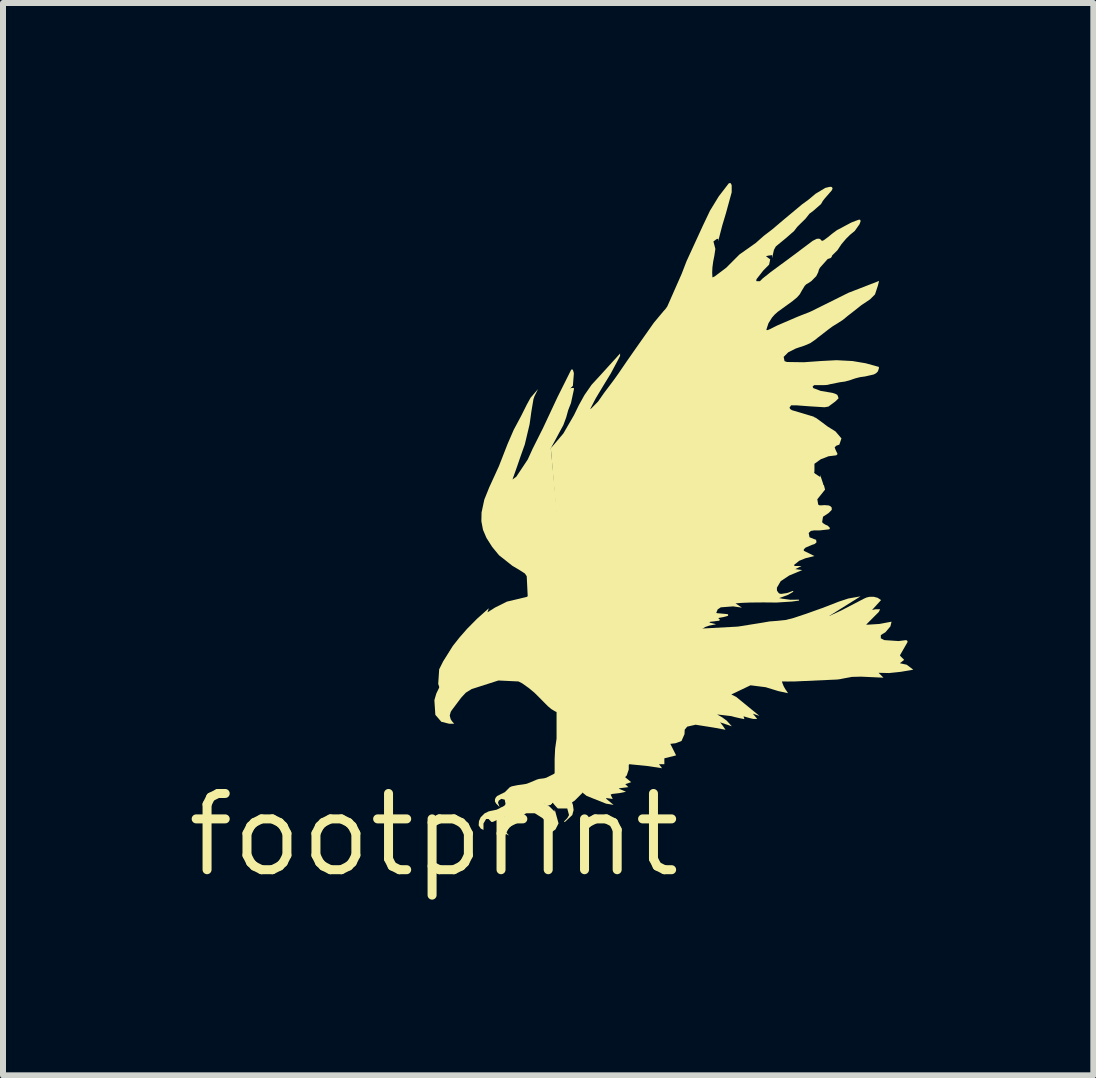
<source format=kicad_pcb>
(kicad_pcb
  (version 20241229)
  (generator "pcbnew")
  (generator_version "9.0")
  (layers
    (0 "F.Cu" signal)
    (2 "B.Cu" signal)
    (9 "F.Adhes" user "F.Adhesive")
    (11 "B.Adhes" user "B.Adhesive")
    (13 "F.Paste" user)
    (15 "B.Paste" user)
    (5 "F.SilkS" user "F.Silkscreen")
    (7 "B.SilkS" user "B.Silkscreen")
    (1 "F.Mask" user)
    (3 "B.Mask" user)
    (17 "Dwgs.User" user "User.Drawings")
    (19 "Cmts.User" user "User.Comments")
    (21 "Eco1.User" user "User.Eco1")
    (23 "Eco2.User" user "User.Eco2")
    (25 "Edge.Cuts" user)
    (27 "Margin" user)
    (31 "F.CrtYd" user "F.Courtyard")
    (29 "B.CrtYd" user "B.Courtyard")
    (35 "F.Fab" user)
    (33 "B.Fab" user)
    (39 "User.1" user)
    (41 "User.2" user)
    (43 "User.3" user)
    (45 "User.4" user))
  (footprint "footprint"
    (layer "F.Cu")
    (at 4.18 10.862)
    (property "Reference" "footprint" (at 0 0 0) (layer "F.SilkS") (effects (font (size 1.27 1.27) (thickness 0.15))))
    (fp_poly (pts (xy 0.289 -2.758) (xy 0.293 -2.764) (xy 0.376 -2.714) (xy 0.393 -2.578) (xy 0.308 -2.493) (xy 0.173 -2.493) (xy 0.136 -2.53) (xy 0.136 -2.613) (xy 0.144 -2.613) (xy 0.138 -2.619) (xy 0.15 -2.631) (xy 0.16 -2.631) (xy 0.151 -2.645) (xy 0.169 -2.681) (xy 0.216 -2.752) (xy 0.216 -2.737) (xy 0.286 -2.765)) (stroke (width 0) (type solid)) (fill yes) (layer "F.SilkS"))
    (fp_poly (pts (xy 6.585 -3.647) (xy 6.587 -3.647) (xy 6.794 -3.743) (xy 7.163 -3.935) (xy 7.21 -3.956) (xy 7.261 -3.968) (xy 7.262 -3.96) (xy 7.263 -3.968) (xy 7.329 -3.968) (xy 7.394 -3.951) (xy 7.451 -3.913) (xy 7.301 -3.748) (xy 7.358 -3.76) (xy 7.436 -3.76) (xy 7.413 -3.715) (xy 7.204 -3.505) (xy 7.203 -3.505) (xy 7.204 -3.503) (xy 7.23 -3.503) (xy 7.423 -3.515) (xy 7.626 -3.553) (xy 7.607 -3.475) (xy 7.524 -3.377) (xy 7.447 -3.33) (xy 7.447 -3.276) (xy 7.505 -3.246) (xy 7.743 -3.23) (xy 7.871 -3.246) (xy 7.872 -3.239) (xy 7.877 -3.244) (xy 7.893 -3.228) (xy 7.888 -3.222) (xy 7.895 -3.218) (xy 7.768 -2.996) (xy 7.768 -2.985) (xy 7.836 -2.917) (xy 7.766 -2.862) (xy 7.768 -2.862) (xy 7.768 -2.86) (xy 7.878 -2.836) (xy 7.988 -2.753) (xy 7.777 -2.717) (xy 7.584 -2.697) (xy 7.41 -2.701) (xy 7.491 -2.62) (xy 7.118 -2.637) (xy 6.966 -2.633) (xy 6.815 -2.605) (xy 6.767 -2.595) (xy 6.718 -2.589) (xy 6.012 -2.557) (xy 5.9 -2.556) (xy 5.799 -2.557) (xy 5.811 -2.52) (xy 5.831 -2.471) (xy 5.858 -2.425) (xy 5.875 -2.401) (xy 5.901 -2.361) (xy 5.737 -2.397) (xy 5.529 -2.461) (xy 5.276 -2.493) (xy 4.956 -2.34) (xy 5.038 -2.299) (xy 5.425 -1.983) (xy 5.315 -2.02) (xy 5.388 -1.932) (xy 5.322 -1.932) (xy 5.256 -1.948) (xy 5.159 -1.976) (xy 5.174 -1.929) (xy 5.081 -1.948) (xy 5.016 -1.963) (xy 4.952 -1.98) (xy 4.719 -2.007) (xy 4.798 -1.963) (xy 4.878 -1.905) (xy 4.964 -1.81) (xy 4.769 -1.876) (xy 4.816 -1.816) (xy 4.859 -1.752) (xy 4.664 -1.788) (xy 4.361 -1.836) (xy 4.221 -1.804) (xy 4.179 -1.753) (xy 4.176 -1.675) (xy 4.174 -1.675) (xy 4.126 -1.565) (xy 4.029 -1.528) (xy 3.94 -1.517) (xy 4.036 -1.325) (xy 3.84 -1.276) (xy 3.84 -1.178) (xy 3.751 -1.178) (xy 3.802 -1.111) (xy 3.574 -1.146) (xy 3.257 -1.178) (xy 3.247 -1.167) (xy 3.247 -1.089) (xy 3.213 -0.99) (xy 3.186 -0.962) (xy 3.287 -0.879) (xy 3.189 -0.846) (xy 3.24 -0.796) (xy 3.097 -0.778) (xy 3.081 -0.77) (xy 3.201 -0.719) (xy 3.095 -0.697) (xy 2.968 -0.682) (xy 2.945 -0.67) (xy 2.98 -0.599) (xy 2.868 -0.615) (xy 2.876 -0.598) (xy 2.994 -0.5) (xy 2.868 -0.521) (xy 2.545 -0.65) (xy 2.461 -0.717) (xy 2.22 -3.423) (xy 4.473 -3.439) (xy 5.065 -3.471) (xy 5.466 -3.535) (xy 5.593 -3.557) (xy 5.723 -3.567) (xy 5.86 -3.581) (xy 5.994 -3.615) (xy 6.186 -3.679) (xy 6.468 -3.779) (xy 6.747 -3.887) (xy 6.905 -3.939) (xy 7.109 -3.975)) (stroke (width 0) (type solid)) (fill yes) (layer "F.SilkS"))
    (fp_poly (pts (xy 2.316 -7.748) (xy 2.332 -7.698) (xy 2.325 -7.695) (xy 2.333 -7.695) (xy 2.316 -7.483) (xy 2.269 -7.436) (xy 2.291 -7.447) (xy 2.333 -7.447) (xy 2.333 -7.422) (xy 2.284 -7.196) (xy 2.238 -7.078) (xy 2.204 -6.955) (xy 2.156 -6.826) (xy 2.099 -6.722) (xy 2.043 -6.617) (xy 1.995 -6.529) (xy 1.948 -6.443) (xy 2.3 -2.798) (xy 2.3 -2.798) (xy 2.3 -2.791) (xy 2.301 -2.782) (xy 2.301 -2.782) (xy 2.477 -0.702) (xy 2.346 -0.571) (xy 2.302 -0.542) (xy 2.314 -0.505) (xy 2.316 -0.505) (xy 2.328 -0.415) (xy 2.306 -0.331) (xy 2.18 -0.213) (xy 2.169 -0.225) (xy 2.222 -0.278) (xy 2.252 -0.33) (xy 2.222 -0.441) (xy 2.065 -0.441) (xy 2.046 -0.459) (xy 2.004 -0.506) (xy 1.967 -0.554) (xy 1.894 -0.569) (xy 1.864 -0.548) (xy 1.841 -0.53) (xy 1.929 -0.471) (xy 2.012 -0.388) (xy 2.012 -0.428) (xy 2.077 -0.192) (xy 2.026 -0.091) (xy 1.971 -0.052) (xy 1.871 -0.006) (xy 1.964 -0.1) (xy 1.964 -0.233) (xy 1.856 -0.233) (xy 1.807 -0.282) (xy 1.681 -0.361) (xy 1.541 -0.361) (xy 1.517 -0.349) (xy 1.497 -0.331) (xy 1.472 -0.301) (xy 1.447 -0.265) (xy 1.381 -0.265) (xy 1.239 -0.17) (xy 1.215 -0.154) (xy 1.193 -0.139) (xy 1.179 -0.082) (xy 1.198 -0.051) (xy 1.251 0.01) (xy 1.182 -0.025) (xy 1.143 -0.053) (xy 1.114 -0.094) (xy 1.114 -0.211) (xy 1.158 -0.282) (xy 1.184 -0.311) (xy 1.158 -0.297) (xy 0.98 -0.216) (xy 0.959 -0.216) (xy 0.91 -0.265) (xy 0.87 -0.265) (xy 0.826 -0.19) (xy 0.826 -0.083) (xy 0.78 -0.106) (xy 0.746 -0.158) (xy 0.746 -0.161) (xy 0.751 -0.229) (xy 0.779 -0.293) (xy 0.845 -0.359) (xy 0.916 -0.393) (xy 0.992 -0.409) (xy 1.042 -0.419) (xy 1.087 -0.44) (xy 1.118 -0.458) (xy 1.151 -0.472) (xy 1.178 -0.49) (xy 1.194 -0.515) (xy 1.18 -0.587) (xy 1.124 -0.601) (xy 1.081 -0.572) (xy 1.068 -0.537) (xy 1.095 -0.465) (xy 1.036 -0.523) (xy 1.036 -0.524) (xy 1.017 -0.557) (xy 1.018 -0.595) (xy 1.032 -0.624) (xy 1.053 -0.648) (xy 1.119 -0.681) (xy 1.182 -0.712) (xy 1.262 -0.792) (xy 1.296 -0.809) (xy 1.393 -0.829) (xy 1.49 -0.842) (xy 1.546 -0.852) (xy 1.6 -0.873) (xy 1.713 -0.921) (xy 1.753 -0.933) (xy 1.795 -0.938) (xy 1.795 -0.938) (xy 1.835 -0.943) (xy 1.873 -0.953) (xy 2 -1.017) (xy 2.007 -1.023) (xy 2.012 -1.029) (xy 2.012 -1.267) (xy 2.02 -1.436) (xy 2.044 -1.604) (xy 2.044 -2.047) (xy 2.016 -2.061) (xy 1.956 -2.097) (xy 1.902 -2.142) (xy 1.846 -2.198) (xy 1.79 -2.255) (xy 1.678 -2.367) (xy 1.582 -2.447) (xy 1.471 -2.526) (xy 1.409 -2.557) (xy 1.075 -2.573) (xy 0.629 -2.43) (xy 0.532 -2.37) (xy 0.455 -2.287) (xy 0.311 -2.095) (xy 0.294 -2.072) (xy 0.28 -2.049) (xy 0.264 -1.988) (xy 0.28 -1.927) (xy 0.301 -1.895) (xy 0.338 -1.852) (xy 0.256 -1.852) (xy 0.124 -1.885) (xy 0.024 -2.001) (xy 0.024 -2.004) (xy 0.008 -2.245) (xy 0.04 -2.355) (xy 0.088 -2.455) (xy 0.088 -2.468) (xy 0.072 -2.516) (xy 0.072 -2.517) (xy 0.088 -2.76) (xy 0.121 -2.825) (xy 0.153 -2.89) (xy 0.314 -3.147) (xy 0.431 -3.295) (xy 0.555 -3.436) (xy 0.719 -3.602) (xy 0.915 -3.777) (xy 0.893 -3.711) (xy 0.896 -3.711) (xy 1.022 -3.79) (xy 1.216 -3.887) (xy 1.551 -3.967) (xy 1.563 -3.979) (xy 1.547 -4.31) (xy 1.517 -4.355) (xy 1.416 -4.42) (xy 1.31 -4.482) (xy 1.085 -4.66) (xy 0.971 -4.799) (xy 0.875 -4.95) (xy 0.818 -5.084) (xy 0.791 -5.226) (xy 0.794 -5.372) (xy 0.84 -5.587) (xy 0.922 -5.791) (xy 1.083 -6.143) (xy 1.227 -6.512) (xy 1.33 -6.75) (xy 1.452 -6.978) (xy 1.548 -7.17) (xy 1.61 -7.283) (xy 1.735 -7.429) (xy 1.675 -7.308) (xy 1.659 -7.261) (xy 1.624 -7.053) (xy 1.595 -6.844) (xy 1.515 -6.507) (xy 1.449 -6.322) (xy 1.386 -6.138) (xy 1.31 -5.924) (xy 1.312 -5.924) (xy 1.373 -5.969) (xy 1.564 -6.256) (xy 1.644 -6.432) (xy 1.821 -6.785) (xy 2.061 -7.298) (xy 2.286 -7.748) (xy 2.294 -7.756) (xy 2.307 -7.756)) (stroke (width 0) (type solid)) (fill yes) (layer "F.SilkS"))
    (fp_poly (pts (xy 6.353 -8.25) (xy 6.269 -8.193) (xy 6.175 -8.153) (xy 6.102 -8.129) (xy 6.031 -8.105) (xy 5.905 -8.042) (xy 5.828 -7.965) (xy 5.843 -7.894) (xy 5.885 -7.88) (xy 6.164 -7.876) (xy 6.444 -7.896) (xy 6.709 -7.91) (xy 6.975 -7.896) (xy 7.195 -7.859) (xy 7.415 -7.798) (xy 7.415 -7.774) (xy 7.398 -7.723) (xy 7.367 -7.692) (xy 7.329 -7.672) (xy 7.184 -7.639) (xy 7.103 -7.628) (xy 7.024 -7.608) (xy 6.976 -7.592) (xy 6.928 -7.575) (xy 6.848 -7.554) (xy 6.767 -7.543) (xy 6.607 -7.511) (xy 6.559 -7.499) (xy 6.509 -7.495) (xy 6.421 -7.495) (xy 6.336 -7.495) (xy 6.31 -7.469) (xy 6.322 -7.445) (xy 6.447 -7.398) (xy 6.639 -7.366) (xy 6.681 -7.353) (xy 6.721 -7.334) (xy 6.717 -7.327) (xy 6.725 -7.329) (xy 6.743 -7.276) (xy 6.691 -7.224) (xy 6.629 -7.178) (xy 6.629 -7.178) (xy 6.574 -7.137) (xy 6.509 -7.126) (xy 6.252 -7.142) (xy 6.044 -7.158) (xy 5.952 -7.158) (xy 5.925 -7.118) (xy 5.94 -7.094) (xy 5.967 -7.077) (xy 6.339 -6.966) (xy 6.325 -6.966) (xy 6.365 -6.949) (xy 6.434 -6.9) (xy 6.562 -6.804) (xy 6.691 -6.724) (xy 6.791 -6.607) (xy 6.756 -6.503) (xy 6.706 -6.486) (xy 6.678 -6.459) (xy 6.693 -6.416) (xy 6.725 -6.35) (xy 6.725 -6.345) (xy 6.705 -6.325) (xy 6.575 -6.309) (xy 6.512 -6.284) (xy 6.449 -6.261) (xy 6.341 -6.184) (xy 6.341 -6.137) (xy 6.341 -6.137) (xy 6.341 -6.057) (xy 6.34 -6.056) (xy 6.336 -6.035) (xy 6.354 -6.018) (xy 6.437 -5.963) (xy 6.437 -5.997) (xy 6.485 -5.854) (xy 6.488 -5.837) (xy 6.5 -5.823) (xy 6.518 -5.754) (xy 6.451 -5.67) (xy 6.389 -5.593) (xy 6.404 -5.504) (xy 6.422 -5.493) (xy 6.445 -5.491) (xy 6.509 -5.495) (xy 6.581 -5.49) (xy 6.581 -5.488) (xy 6.605 -5.479) (xy 6.629 -5.454) (xy 6.629 -5.415) (xy 6.578 -5.364) (xy 6.484 -5.302) (xy 6.469 -5.213) (xy 6.481 -5.198) (xy 6.498 -5.185) (xy 6.528 -5.167) (xy 6.562 -5.153) (xy 6.597 -5.118) (xy 6.597 -5.114) (xy 6.597 -5.102) (xy 6.586 -5.091) (xy 6.574 -5.09) (xy 6.429 -5.074) (xy 6.341 -5.074) (xy 6.341 -5.075) (xy 6.281 -5.065) (xy 6.245 -5.031) (xy 6.259 -4.96) (xy 6.335 -4.929) (xy 6.354 -4.924) (xy 6.359 -4.92) (xy 6.374 -4.914) (xy 6.367 -4.914) (xy 6.369 -4.912) (xy 6.365 -4.906) (xy 6.373 -4.906) (xy 6.373 -4.87) (xy 6.339 -4.845) (xy 6.303 -4.834) (xy 6.193 -4.787) (xy 6.164 -4.758) (xy 6.164 -4.734) (xy 6.193 -4.72) (xy 6.34 -4.647) (xy 6.191 -4.61) (xy 6.088 -4.568) (xy 6.003 -4.5) (xy 6 -4.493) (xy 6.015 -4.481) (xy 6.126 -4.481) (xy 6.022 -4.429) (xy 6.138 -4.413) (xy 5.92 -4.322) (xy 5.778 -4.227) (xy 5.715 -4.118) (xy 5.717 -4.07) (xy 5.745 -4.03) (xy 5.765 -4.019) (xy 5.788 -4.016) (xy 5.884 -4.03) (xy 5.984 -4.066) (xy 5.99 -4.053) (xy 5.903 -4.001) (xy 5.753 -3.946) (xy 5.805 -3.936) (xy 5.94 -3.918) (xy 6.084 -3.92) (xy 6.085 -3.905) (xy 5.965 -3.888) (xy 5.708 -3.872) (xy 5.491 -3.874) (xy 5.275 -3.872) (xy 5.139 -3.867) (xy 5.026 -3.858) (xy 5.132 -3.787) (xy 4.986 -3.808) (xy 4.78 -3.792) (xy 4.729 -3.758) (xy 4.706 -3.703) (xy 4.708 -3.698) (xy 4.715 -3.695) (xy 4.893 -3.679) (xy 4.903 -3.67) (xy 4.903 -3.656) (xy 4.894 -3.648) (xy 4.82 -3.629) (xy 4.749 -3.616) (xy 4.741 -3.607) (xy 4.75 -3.598) (xy 4.758 -3.596) (xy 4.765 -3.581) (xy 4.748 -3.567) (xy 4.737 -3.568) (xy 4.73 -3.567) (xy 4.666 -3.558) (xy 4.603 -3.551) (xy 4.596 -3.548) (xy 4.594 -3.542) (xy 4.596 -3.537) (xy 4.603 -3.535) (xy 4.702 -3.51) (xy 4.587 -3.487) (xy 4.52 -3.464) (xy 4.459 -3.423) (xy 2.205 -3.407) (xy 1.948 -6.448) (xy 1.982 -6.482) (xy 2.158 -6.69) (xy 2.334 -6.994) (xy 2.417 -7.164) (xy 2.51 -7.331) (xy 2.628 -7.501) (xy 2.768 -7.653) (xy 3.102 -8.021) (xy 3.102 -7.982) (xy 3.069 -7.916) (xy 2.947 -7.688) (xy 2.812 -7.467) (xy 2.694 -7.27) (xy 2.603 -7.094) (xy 2.624 -7.108) (xy 2.735 -7.22) (xy 2.836 -7.365) (xy 2.944 -7.508) (xy 3.009 -7.595) (xy 3.072 -7.684) (xy 3.215 -7.893) (xy 3.36 -8.101) (xy 3.665 -8.534) (xy 3.826 -8.727) (xy 3.86 -8.765) (xy 3.889 -8.806) (xy 4.129 -9.35) (xy 4.209 -9.558) (xy 4.482 -10.152) (xy 4.601 -10.402) (xy 4.746 -10.639) (xy 4.915 -10.859) (xy 4.922 -10.854) (xy 4.922 -10.862) (xy 4.942 -10.862) (xy 4.955 -10.842) (xy 4.962 -10.823) (xy 4.962 -10.708) (xy 4.865 -10.354) (xy 4.805 -10.155) (xy 4.737 -9.893) (xy 4.737 -9.936) (xy 4.733 -9.932) (xy 4.721 -9.931) (xy 4.716 -9.931) (xy 4.658 -9.889) (xy 4.673 -9.83) (xy 4.673 -9.83) (xy 4.69 -9.764) (xy 4.673 -9.65) (xy 4.654 -9.554) (xy 4.641 -9.458) (xy 4.637 -9.371) (xy 4.641 -9.291) (xy 4.647 -9.291) (xy 4.677 -9.305) (xy 4.869 -9.449) (xy 5.093 -9.673) (xy 5.254 -9.786) (xy 5.366 -9.866) (xy 5.498 -9.983) (xy 5.638 -10.09) (xy 5.847 -10.267) (xy 6.135 -10.507) (xy 6.251 -10.592) (xy 6.36 -10.684) (xy 6.522 -10.781) (xy 6.588 -10.797) (xy 6.605 -10.799) (xy 6.629 -10.797) (xy 6.629 -10.793) (xy 6.643 -10.779) (xy 6.637 -10.774) (xy 6.644 -10.77) (xy 6.628 -10.737) (xy 6.515 -10.608) (xy 6.48 -10.563) (xy 6.451 -10.512) (xy 6.322 -10.399) (xy 6.258 -10.351) (xy 6.191 -10.266) (xy 6.114 -10.191) (xy 6.054 -10.131) (xy 6.002 -10.063) (xy 5.873 -9.95) (xy 5.698 -9.806) (xy 5.666 -9.748) (xy 5.635 -9.61) (xy 5.635 -9.664) (xy 5.631 -9.66) (xy 5.58 -9.654) (xy 5.535 -9.644) (xy 5.534 -9.643) (xy 5.536 -9.641) (xy 5.604 -9.59) (xy 5.586 -9.503) (xy 5.489 -9.405) (xy 5.378 -9.263) (xy 5.371 -9.242) (xy 5.376 -9.226) (xy 5.432 -9.226) (xy 5.478 -9.272) (xy 5.613 -9.379) (xy 5.751 -9.481) (xy 5.871 -9.569) (xy 5.991 -9.658) (xy 6.312 -9.899) (xy 6.372 -9.929) (xy 6.372 -9.931) (xy 6.405 -9.935) (xy 6.433 -9.931) (xy 6.451 -9.913) (xy 6.452 -9.912) (xy 6.461 -9.901) (xy 6.476 -9.9) (xy 6.49 -9.906) (xy 6.505 -9.915) (xy 6.568 -9.962) (xy 6.639 -10.02) (xy 6.713 -10.075) (xy 6.955 -10.204) (xy 7.019 -10.229) (xy 7.083 -10.252) (xy 7.086 -10.245) (xy 7.086 -10.252) (xy 7.101 -10.252) (xy 7.111 -10.229) (xy 7.093 -10.177) (xy 7.012 -10.063) (xy 6.936 -10.001) (xy 6.868 -9.934) (xy 6.791 -9.843) (xy 6.724 -9.742) (xy 6.643 -9.662) (xy 6.632 -9.65) (xy 6.628 -9.627) (xy 6.624 -9.627) (xy 6.61 -9.612) (xy 6.562 -9.596) (xy 6.435 -9.454) (xy 6.415 -9.418) (xy 6.404 -9.376) (xy 6.371 -9.31) (xy 6.33 -9.269) (xy 6.29 -9.228) (xy 6.241 -9.196) (xy 6.206 -9.176) (xy 6.179 -9.149) (xy 6.131 -9.07) (xy 6.097 -9.009) (xy 6.05 -8.956) (xy 5.979 -8.897) (xy 5.905 -8.843) (xy 5.728 -8.715) (xy 5.678 -8.67) (xy 5.634 -8.62) (xy 5.574 -8.524) (xy 5.54 -8.419) (xy 5.549 -8.41) (xy 5.569 -8.415) (xy 5.592 -8.424) (xy 5.656 -8.456) (xy 5.72 -8.488) (xy 6.057 -8.633) (xy 6.277 -8.72) (xy 6.489 -8.825) (xy 6.907 -9.033) (xy 7.418 -9.231) (xy 7.398 -9.152) (xy 7.35 -9.006) (xy 7.268 -8.924) (xy 7.123 -8.827) (xy 7.043 -8.763) (xy 6.899 -8.651) (xy 6.814 -8.581) (xy 6.722 -8.522) (xy 6.648 -8.477) (xy 6.578 -8.426) (xy 6.434 -8.314) (xy 6.393 -8.283)) (stroke (width 0) (type solid)) (fill yes) (layer "F.SilkS")))
  (gr_rect
    (start -3 -3)
    (end 15.168 14.868)
    (stroke (width 0.1) (type default))
    (fill no)
    (layer "Edge.Cuts")))
</source>
